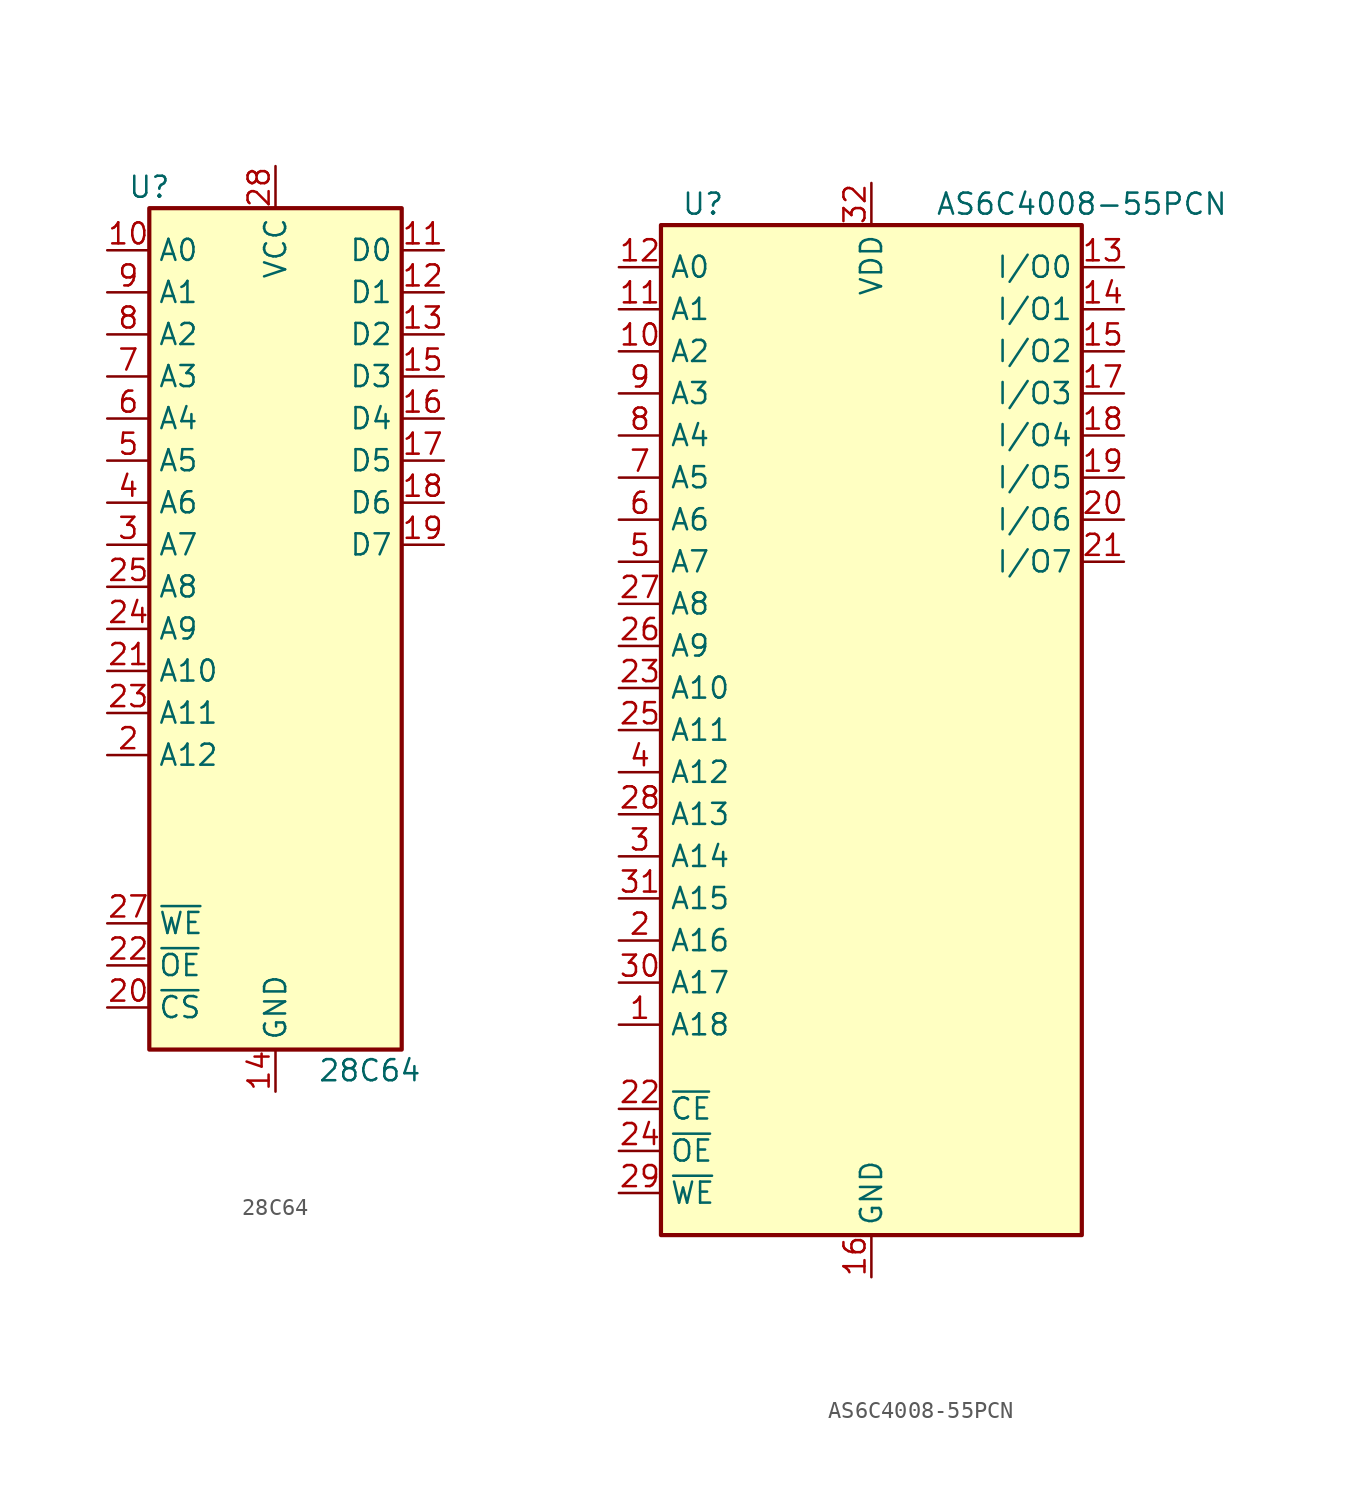
<source format=kicad_sym>
(kicad_symbol_lib
  (version 20211014)
  (generator kicad_symbol_editor)
  (symbol "28C64"
    (property "Reference" "U"
      (at -7.62 26.67 0)
      (effects (font (size 1.27 1.27))))
    (property "Value" "28C64"
      (at 2.54 -26.67 0)
      (effects (font (size 1.27 1.27)) (justify left)))
    (symbol "28C64_1_1"
      (rectangle (start -7.62 25.4) (end 7.62 -25.4) (stroke (width 0.254) (type default) (color 0 0 0 0)) (fill (type background)))
      (pin no_connect line (at -7.62 -12.7 0) (length 2.54) hide (name "NC" (effects (font (size 1.27 1.27)))) (number "1" (effects (font (size 1.27 1.27)))))
      (pin input line (at -10.16 22.86 0) (length 2.54) (name "A0" (effects (font (size 1.27 1.27)))) (number "10" (effects (font (size 1.27 1.27)))))
      (pin tri_state line (at 10.16 22.86 180) (length 2.54) (name "D0" (effects (font (size 1.27 1.27)))) (number "11" (effects (font (size 1.27 1.27)))))
      (pin tri_state line (at 10.16 20.32 180) (length 2.54) (name "D1" (effects (font (size 1.27 1.27)))) (number "12" (effects (font (size 1.27 1.27)))))
      (pin tri_state line (at 10.16 17.78 180) (length 2.54) (name "D2" (effects (font (size 1.27 1.27)))) (number "13" (effects (font (size 1.27 1.27)))))
      (pin power_in line (at 0 -27.94 90) (length 2.54) (name "GND" (effects (font (size 1.27 1.27)))) (number "14" (effects (font (size 1.27 1.27)))))
      (pin tri_state line (at 10.16 15.24 180) (length 2.54) (name "D3" (effects (font (size 1.27 1.27)))) (number "15" (effects (font (size 1.27 1.27)))))
      (pin tri_state line (at 10.16 12.7 180) (length 2.54) (name "D4" (effects (font (size 1.27 1.27)))) (number "16" (effects (font (size 1.27 1.27)))))
      (pin tri_state line (at 10.16 10.16 180) (length 2.54) (name "D5" (effects (font (size 1.27 1.27)))) (number "17" (effects (font (size 1.27 1.27)))))
      (pin tri_state line (at 10.16 7.62 180) (length 2.54) (name "D6" (effects (font (size 1.27 1.27)))) (number "18" (effects (font (size 1.27 1.27)))))
      (pin tri_state line (at 10.16 5.08 180) (length 2.54) (name "D7" (effects (font (size 1.27 1.27)))) (number "19" (effects (font (size 1.27 1.27)))))
      (pin input line (at -10.16 -7.62 0) (length 2.54) (name "A12" (effects (font (size 1.27 1.27)))) (number "2" (effects (font (size 1.27 1.27)))))
      (pin input line (at -10.16 -22.86 0) (length 2.54) (name "~{CS}" (effects (font (size 1.27 1.27)))) (number "20" (effects (font (size 1.27 1.27)))))
      (pin input line (at -10.16 -2.54 0) (length 2.54) (name "A10" (effects (font (size 1.27 1.27)))) (number "21" (effects (font (size 1.27 1.27)))))
      (pin input line (at -10.16 -20.32 0) (length 2.54) (name "~{OE}" (effects (font (size 1.27 1.27)))) (number "22" (effects (font (size 1.27 1.27)))))
      (pin input line (at -10.16 -5.08 0) (length 2.54) (name "A11" (effects (font (size 1.27 1.27)))) (number "23" (effects (font (size 1.27 1.27)))))
      (pin input line (at -10.16 0 0) (length 2.54) (name "A9" (effects (font (size 1.27 1.27)))) (number "24" (effects (font (size 1.27 1.27)))))
      (pin input line (at -10.16 2.54 0) (length 2.54) (name "A8" (effects (font (size 1.27 1.27)))) (number "25" (effects (font (size 1.27 1.27)))))
      (pin no_connect line (at -7.62 -10.16 0) (length 2.54) hide (name "NC" (effects (font (size 1.27 1.27)))) (number "26" (effects (font (size 1.27 1.27)))))
      (pin input line (at -10.16 -17.78 0) (length 2.54) (name "~{WE}" (effects (font (size 1.27 1.27)))) (number "27" (effects (font (size 1.27 1.27)))))
      (pin power_in line (at 0 27.94 270) (length 2.54) (name "VCC" (effects (font (size 1.27 1.27)))) (number "28" (effects (font (size 1.27 1.27)))))
      (pin input line (at -10.16 5.08 0) (length 2.54) (name "A7" (effects (font (size 1.27 1.27)))) (number "3" (effects (font (size 1.27 1.27)))))
      (pin input line (at -10.16 7.62 0) (length 2.54) (name "A6" (effects (font (size 1.27 1.27)))) (number "4" (effects (font (size 1.27 1.27)))))
      (pin input line (at -10.16 10.16 0) (length 2.54) (name "A5" (effects (font (size 1.27 1.27)))) (number "5" (effects (font (size 1.27 1.27)))))
      (pin input line (at -10.16 12.7 0) (length 2.54) (name "A4" (effects (font (size 1.27 1.27)))) (number "6" (effects (font (size 1.27 1.27)))))
      (pin input line (at -10.16 15.24 0) (length 2.54) (name "A3" (effects (font (size 1.27 1.27)))) (number "7" (effects (font (size 1.27 1.27)))))
      (pin input line (at -10.16 17.78 0) (length 2.54) (name "A2" (effects (font (size 1.27 1.27)))) (number "8" (effects (font (size 1.27 1.27)))))
      (pin input line (at -10.16 20.32 0) (length 2.54) (name "A1" (effects (font (size 1.27 1.27)))) (number "9" (effects (font (size 1.27 1.27)))))))
  (symbol "AS6C4008-55PCN"
    (property "Reference" "U"
      (at -10.16 31.75 0)
      (effects (font (size 1.27 1.27))))
    (property "Value" "AS6C4008-55PCN"
      (at 12.7 31.75 0)
      (effects (font (size 1.27 1.27))))
    (symbol "AS6C4008-55PCN_0_1"
      (rectangle (start -12.7 30.48) (end 12.7 -30.48) (stroke (width 0.254) (type default) (color 0 0 0 0)) (fill (type background))))
    (symbol "AS6C4008-55PCN_1_1"
      (pin input line (at -15.24 -17.78 0) (length 2.54) (name "A18" (effects (font (size 1.27 1.27)))) (number "1" (effects (font (size 1.27 1.27)))))
      (pin input line (at -15.24 22.86 0) (length 2.54) (name "A2" (effects (font (size 1.27 1.27)))) (number "10" (effects (font (size 1.27 1.27)))))
      (pin input line (at -15.24 25.4 0) (length 2.54) (name "A1" (effects (font (size 1.27 1.27)))) (number "11" (effects (font (size 1.27 1.27)))))
      (pin input line (at -15.24 27.94 0) (length 2.54) (name "A0" (effects (font (size 1.27 1.27)))) (number "12" (effects (font (size 1.27 1.27)))))
      (pin bidirectional line (at 15.24 27.94 180) (length 2.54) (name "I/O0" (effects (font (size 1.27 1.27)))) (number "13" (effects (font (size 1.27 1.27)))))
      (pin bidirectional line (at 15.24 25.4 180) (length 2.54) (name "I/O1" (effects (font (size 1.27 1.27)))) (number "14" (effects (font (size 1.27 1.27)))))
      (pin bidirectional line (at 15.24 22.86 180) (length 2.54) (name "I/O2" (effects (font (size 1.27 1.27)))) (number "15" (effects (font (size 1.27 1.27)))))
      (pin power_in line (at 0 -33.02 90) (length 2.54) (name "GND" (effects (font (size 1.27 1.27)))) (number "16" (effects (font (size 1.27 1.27)))))
      (pin bidirectional line (at 15.24 20.32 180) (length 2.54) (name "I/O3" (effects (font (size 1.27 1.27)))) (number "17" (effects (font (size 1.27 1.27)))))
      (pin bidirectional line (at 15.24 17.78 180) (length 2.54) (name "I/O4" (effects (font (size 1.27 1.27)))) (number "18" (effects (font (size 1.27 1.27)))))
      (pin bidirectional line (at 15.24 15.24 180) (length 2.54) (name "I/O5" (effects (font (size 1.27 1.27)))) (number "19" (effects (font (size 1.27 1.27)))))
      (pin input line (at -15.24 -12.7 0) (length 2.54) (name "A16" (effects (font (size 1.27 1.27)))) (number "2" (effects (font (size 1.27 1.27)))))
      (pin bidirectional line (at 15.24 12.7 180) (length 2.54) (name "I/O6" (effects (font (size 1.27 1.27)))) (number "20" (effects (font (size 1.27 1.27)))))
      (pin bidirectional line (at 15.24 10.16 180) (length 2.54) (name "I/O7" (effects (font (size 1.27 1.27)))) (number "21" (effects (font (size 1.27 1.27)))))
      (pin input line (at -15.24 -22.86 0) (length 2.54) (name "~{CE}" (effects (font (size 1.27 1.27)))) (number "22" (effects (font (size 1.27 1.27)))))
      (pin input line (at -15.24 2.54 0) (length 2.54) (name "A10" (effects (font (size 1.27 1.27)))) (number "23" (effects (font (size 1.27 1.27)))))
      (pin input line (at -15.24 -25.4 0) (length 2.54) (name "~{OE}" (effects (font (size 1.27 1.27)))) (number "24" (effects (font (size 1.27 1.27)))))
      (pin input line (at -15.24 0 0) (length 2.54) (name "A11" (effects (font (size 1.27 1.27)))) (number "25" (effects (font (size 1.27 1.27)))))
      (pin input line (at -15.24 5.08 0) (length 2.54) (name "A9" (effects (font (size 1.27 1.27)))) (number "26" (effects (font (size 1.27 1.27)))))
      (pin input line (at -15.24 7.62 0) (length 2.54) (name "A8" (effects (font (size 1.27 1.27)))) (number "27" (effects (font (size 1.27 1.27)))))
      (pin input line (at -15.24 -5.08 0) (length 2.54) (name "A13" (effects (font (size 1.27 1.27)))) (number "28" (effects (font (size 1.27 1.27)))))
      (pin input line (at -15.24 -27.94 0) (length 2.54) (name "~{WE}" (effects (font (size 1.27 1.27)))) (number "29" (effects (font (size 1.27 1.27)))))
      (pin input line (at -15.24 -7.62 0) (length 2.54) (name "A14" (effects (font (size 1.27 1.27)))) (number "3" (effects (font (size 1.27 1.27)))))
      (pin input line (at -15.24 -15.24 0) (length 2.54) (name "A17" (effects (font (size 1.27 1.27)))) (number "30" (effects (font (size 1.27 1.27)))))
      (pin input line (at -15.24 -10.16 0) (length 2.54) (name "A15" (effects (font (size 1.27 1.27)))) (number "31" (effects (font (size 1.27 1.27)))))
      (pin power_in line (at 0 33.02 270) (length 2.54) (name "VDD" (effects (font (size 1.27 1.27)))) (number "32" (effects (font (size 1.27 1.27)))))
      (pin input line (at -15.24 -2.54 0) (length 2.54) (name "A12" (effects (font (size 1.27 1.27)))) (number "4" (effects (font (size 1.27 1.27)))))
      (pin input line (at -15.24 10.16 0) (length 2.54) (name "A7" (effects (font (size 1.27 1.27)))) (number "5" (effects (font (size 1.27 1.27)))))
      (pin input line (at -15.24 12.7 0) (length 2.54) (name "A6" (effects (font (size 1.27 1.27)))) (number "6" (effects (font (size 1.27 1.27)))))
      (pin input line (at -15.24 15.24 0) (length 2.54) (name "A5" (effects (font (size 1.27 1.27)))) (number "7" (effects (font (size 1.27 1.27)))))
      (pin input line (at -15.24 17.78 0) (length 2.54) (name "A4" (effects (font (size 1.27 1.27)))) (number "8" (effects (font (size 1.27 1.27)))))
      (pin input line (at -15.24 20.32 0) (length 2.54) (name "A3" (effects (font (size 1.27 1.27)))) (number "9" (effects (font (size 1.27 1.27))))))))
</source>
